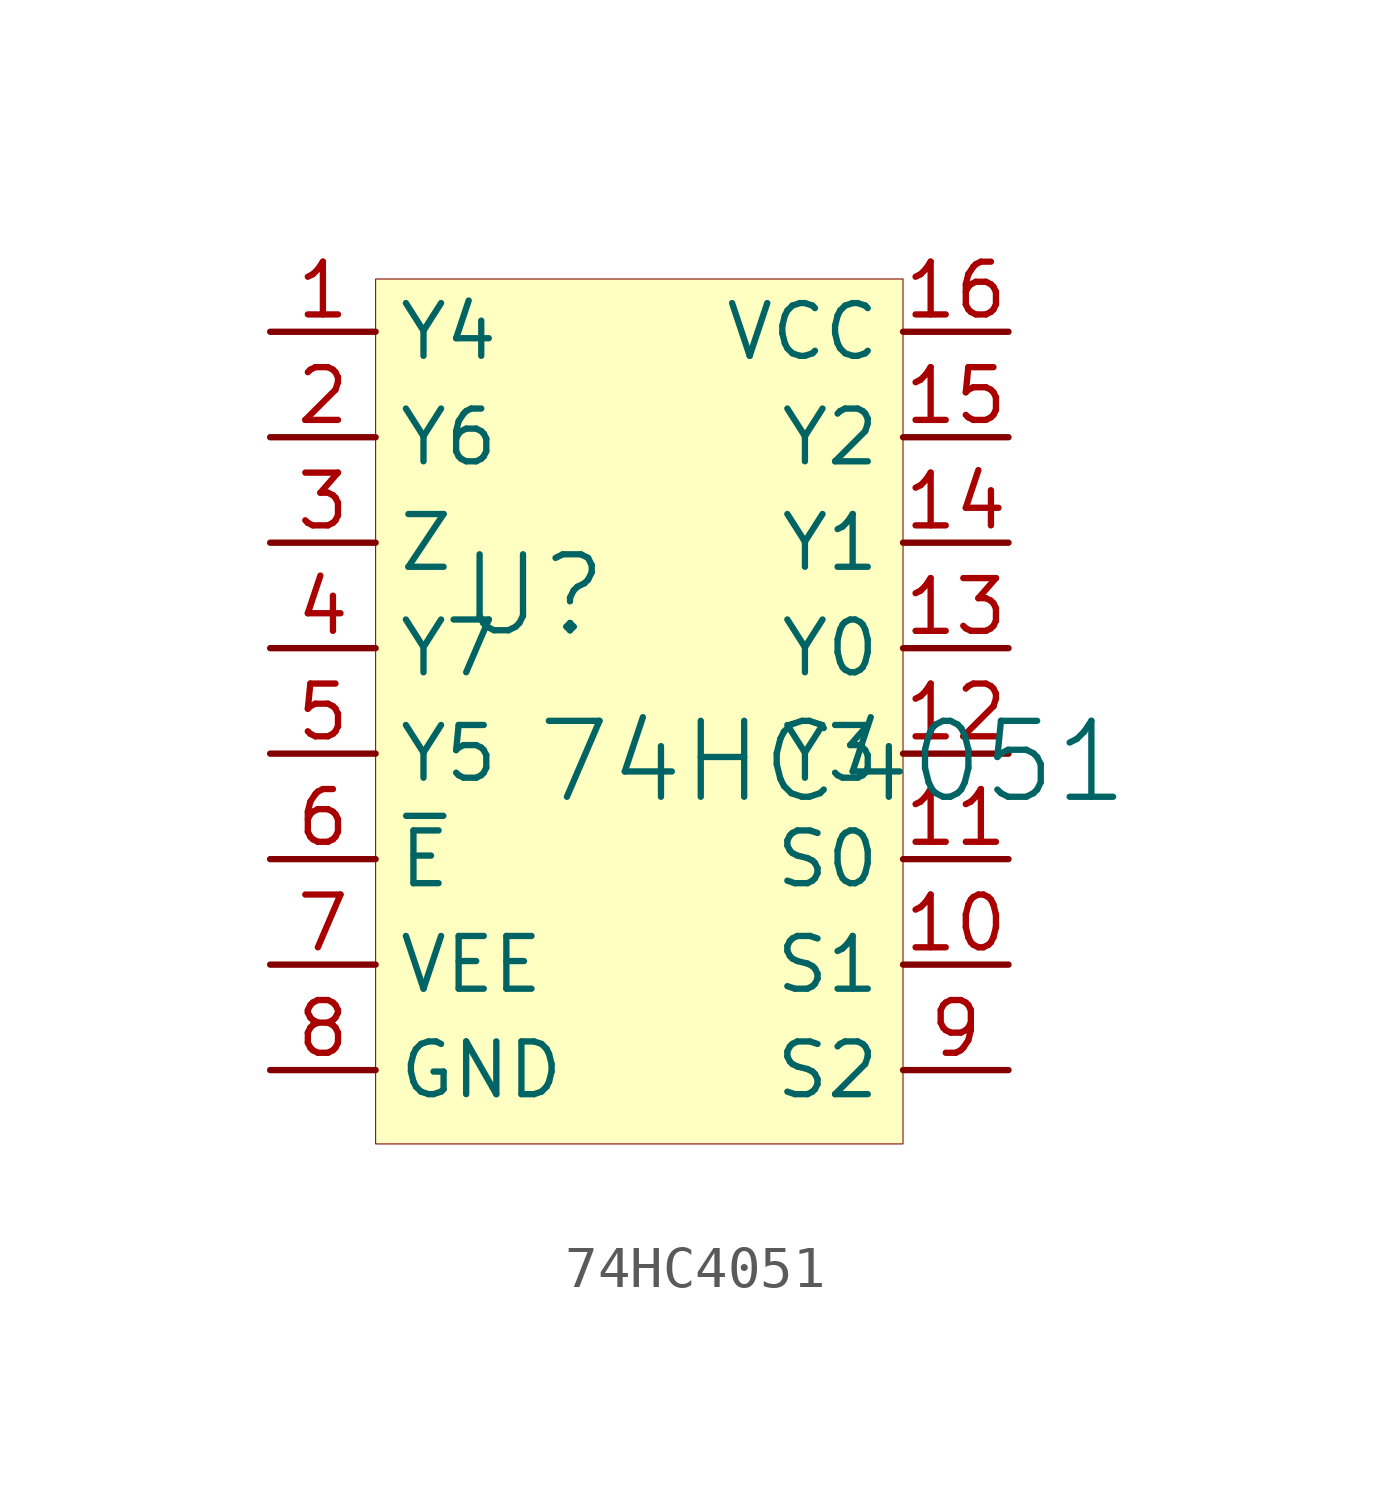
<source format=kicad_sym>
(kicad_symbol_lib
  (version 20241209)
  (generator "kicad_symbol_editor")
  (generator_version "9.0")
  (symbol "74HC4051"
    (property "Reference" "U"
      (at -1.27 1.27 0)
      (effects (font (size 1.829 1.829))))
    (property "Value" "74HC4051"
      (at -1.27 -3.81 0)
      (effects (font (size 1.829 1.829)) (justify left bottom)))
    (symbol "74HC4051_1_0"
      (rectangle (start 7.62 8.89) (end -5.08 -11.938) (stroke (width 0.025) (type solid) (color 128 0 0 1)) (fill (type background)))
      (pin passive line (at -7.62 7.62 0) (length 2.54) (name "Y4" (effects (font (size 1.27 1.27)))) (number "1" (effects (font (size 1.27 1.27)))))
      (pin passive line (at -7.62 5.08 0) (length 2.54) (name "Y6" (effects (font (size 1.27 1.27)))) (number "2" (effects (font (size 1.27 1.27)))))
      (pin passive line (at -7.62 2.54 0) (length 2.54) (name "Z" (effects (font (size 1.27 1.27)))) (number "3" (effects (font (size 1.27 1.27)))))
      (pin passive line (at -7.62 0 0) (length 2.54) (name "Y7" (effects (font (size 1.27 1.27)))) (number "4" (effects (font (size 1.27 1.27)))))
      (pin passive line (at -7.62 -2.54 0) (length 2.54) (name "Y5" (effects (font (size 1.27 1.27)))) (number "5" (effects (font (size 1.27 1.27)))))
      (pin passive line (at -7.62 -5.08 0) (length 2.54) (name "~{E}" (effects (font (size 1.27 1.27)))) (number "6" (effects (font (size 1.27 1.27)))))
      (pin passive line (at -7.62 -7.62 0) (length 2.54) (name "VEE" (effects (font (size 1.27 1.27)))) (number "7" (effects (font (size 1.27 1.27)))))
      (pin passive line (at -7.62 -10.16 0) (length 2.54) (name "GND" (effects (font (size 1.27 1.27)))) (number "8" (effects (font (size 1.27 1.27)))))
      (pin passive line (at 10.16 7.62 180) (length 2.54) (name "VCC" (effects (font (size 1.27 1.27)))) (number "16" (effects (font (size 1.27 1.27)))))
      (pin passive line (at 10.16 5.08 180) (length 2.54) (name "Y2" (effects (font (size 1.27 1.27)))) (number "15" (effects (font (size 1.27 1.27)))))
      (pin passive line (at 10.16 2.54 180) (length 2.54) (name "Y1" (effects (font (size 1.27 1.27)))) (number "14" (effects (font (size 1.27 1.27)))))
      (pin passive line (at 10.16 0 180) (length 2.54) (name "Y0" (effects (font (size 1.27 1.27)))) (number "13" (effects (font (size 1.27 1.27)))))
      (pin passive line (at 10.16 -2.54 180) (length 2.54) (name "Y3" (effects (font (size 1.27 1.27)))) (number "12" (effects (font (size 1.27 1.27)))))
      (pin passive line (at 10.16 -5.08 180) (length 2.54) (name "S0" (effects (font (size 1.27 1.27)))) (number "11" (effects (font (size 1.27 1.27)))))
      (pin passive line (at 10.16 -7.62 180) (length 2.54) (name "S1" (effects (font (size 1.27 1.27)))) (number "10" (effects (font (size 1.27 1.27)))))
      (pin passive line (at 10.16 -10.16 180) (length 2.54) (name "S2" (effects (font (size 1.27 1.27)))) (number "9" (effects (font (size 1.27 1.27))))))))
</source>
